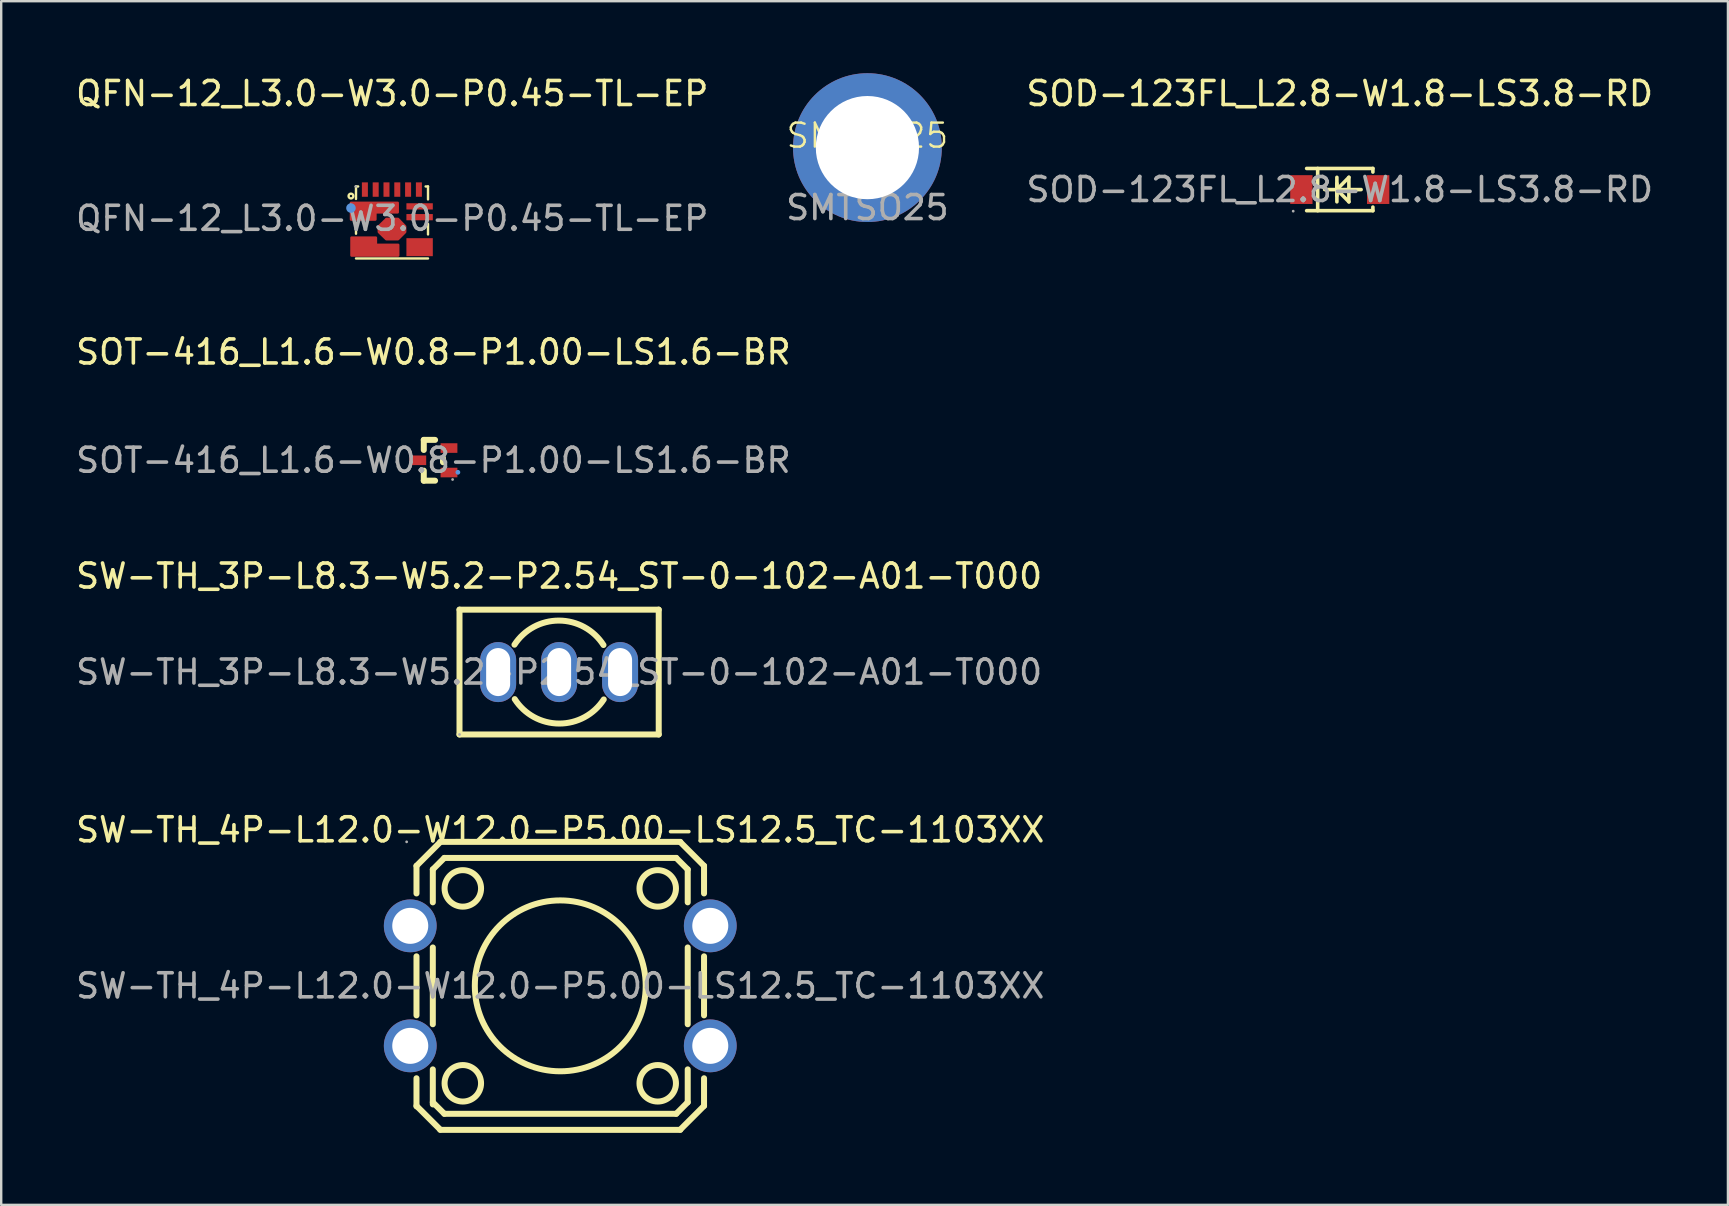
<source format=kicad_pcb>
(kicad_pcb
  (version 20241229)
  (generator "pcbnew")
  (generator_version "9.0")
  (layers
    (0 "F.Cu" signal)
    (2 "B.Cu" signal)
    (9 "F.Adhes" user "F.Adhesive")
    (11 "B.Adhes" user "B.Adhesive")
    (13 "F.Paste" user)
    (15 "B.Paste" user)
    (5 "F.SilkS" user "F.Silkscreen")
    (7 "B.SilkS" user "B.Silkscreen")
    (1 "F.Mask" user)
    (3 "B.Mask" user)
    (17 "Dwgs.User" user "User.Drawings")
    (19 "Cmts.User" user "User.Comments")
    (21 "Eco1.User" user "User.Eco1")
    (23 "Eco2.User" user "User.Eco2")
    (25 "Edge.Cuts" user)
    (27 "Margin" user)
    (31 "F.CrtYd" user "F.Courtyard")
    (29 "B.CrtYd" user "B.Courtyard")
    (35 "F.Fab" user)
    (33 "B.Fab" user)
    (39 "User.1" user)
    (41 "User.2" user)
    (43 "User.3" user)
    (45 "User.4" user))
  (footprint "SOT-416_L1.6-W0.8-P1.00-LS1.6-BR"
    (layer "F.Cu")
    (at 15.006 16.127)
    (property "Reference" "SOT-416_L1.6-W0.8-P1.00-LS1.6-BR" (at 0 -4.51 0) (layer "F.SilkS") (effects (font (size 1 1) (thickness 0.15))))
    (attr smd)
    (fp_line (start -0.4 -0.85) (end -0.4 -0.43) (stroke (width 0.25) (type solid)) (layer "F.SilkS"))
    (fp_line (start -0.4 -0.85) (end 0.07 -0.85) (stroke (width 0.25) (type solid)) (layer "F.SilkS"))
    (fp_line (start -0.4 0.43) (end -0.4 0.85) (stroke (width 0.25) (type solid)) (layer "F.SilkS"))
    (fp_line (start -0.4 0.85) (end 0.07 0.85) (stroke (width 0.25) (type solid)) (layer "F.SilkS"))
    (fp_line (start 0.4 -0.08) (end 0.4 0.08) (stroke (width 0.25) (type solid)) (layer "F.SilkS"))
    (fp_circle (center 1.02 0.5) (end 1.07 0.5) (stroke (width 0.1) (type solid)) (fill no) (layer "Cmts.User"))
    (fp_circle (center 0.8 0.8) (end 0.83 0.8) (stroke (width 0.06) (type solid)) (fill no) (layer "F.Fab"))
    (fp_text user "${REFERENCE}" (at 0 0 0) (layer "F.Fab") (effects (font (size 1 1) (thickness 0.15))))
    (pad "1" smd rect (at 0.65 0.51 90) (size 0.4 0.7) (layers "F.Cu" "F.Mask" "F.Paste"))
    (pad "2" smd rect (at 0.65 -0.51 90) (size 0.4 0.7) (layers "F.Cu" "F.Mask" "F.Paste"))
    (pad "3" smd rect (at -0.65 0 90) (size 0.4 0.7) (layers "F.Cu" "F.Mask" "F.Paste")))
  (footprint "SW-TH_4P-L12.0-W12.0-P5.00-LS12.5_TC-1103XX"
    (layer "F.Cu")
    (at 20.292 38.023)
    (property "Reference" "SW-TH_4P-L12.0-W12.0-P5.00-LS12.5_TC-1103XX" (at 0 -6.5 0) (layer "F.SilkS") (effects (font (size 1 1) (thickness 0.15))))
    (attr through_hole)
    (fp_line (start -5.99 -5) (end -5.99 -3.85) (stroke (width 0.25) (type solid)) (layer "F.SilkS"))
    (fp_line (start -5.99 -1.23) (end -5.99 1.23) (stroke (width 0.25) (type solid)) (layer "F.SilkS"))
    (fp_line (start -5.99 3.85) (end -5.99 5.02) (stroke (width 0.25) (type solid)) (layer "F.SilkS"))
    (fp_line (start -5.99 5) (end -5 5.99) (stroke (width 0.25) (type solid)) (layer "F.SilkS"))
    (fp_line (start -5.31 -4.85) (end -5.31 -3.48) (stroke (width 0.25) (type solid)) (layer "F.SilkS"))
    (fp_line (start -5.31 -4.85) (end -4.83 -5.33) (stroke (width 0.25) (type solid)) (layer "F.SilkS"))
    (fp_line (start -5.31 -1.6) (end -5.31 1.6) (stroke (width 0.25) (type solid)) (layer "F.SilkS"))
    (fp_line (start -5.31 3.48) (end -5.31 4.94) (stroke (width 0.25) (type solid)) (layer "F.SilkS"))
    (fp_line (start -5 -6) (end 5 -6) (stroke (width 0.25) (type solid)) (layer "F.SilkS"))
    (fp_line (start -5 -5.99) (end -5.99 -5) (stroke (width 0.25) (type solid)) (layer "F.SilkS"))
    (fp_line (start -4.83 -5.33) (end 4.83 -5.33) (stroke (width 0.25) (type solid)) (layer "F.SilkS"))
    (fp_line (start -4.83 5.33) (end -5.31 4.85) (stroke (width 0.25) (type solid)) (layer "F.SilkS"))
    (fp_line (start 4.83 -5.33) (end 5.31 -4.85) (stroke (width 0.25) (type solid)) (layer "F.SilkS"))
    (fp_line (start 4.83 5.33) (end -4.83 5.33) (stroke (width 0.25) (type solid)) (layer "F.SilkS"))
    (fp_line (start 5 -5.99) (end 5.99 -5) (stroke (width 0.25) (type solid)) (layer "F.SilkS"))
    (fp_line (start 5 6) (end -5 6) (stroke (width 0.25) (type solid)) (layer "F.SilkS"))
    (fp_line (start 5.31 -4.85) (end 5.31 -3.48) (stroke (width 0.25) (type solid)) (layer "F.SilkS"))
    (fp_line (start 5.31 -1.6) (end 5.31 1.6) (stroke (width 0.25) (type solid)) (layer "F.SilkS"))
    (fp_line (start 5.31 3.48) (end 5.31 4.85) (stroke (width 0.25) (type solid)) (layer "F.SilkS"))
    (fp_line (start 5.31 4.85) (end 4.83 5.33) (stroke (width 0.25) (type solid)) (layer "F.SilkS"))
    (fp_line (start 5.99 -5) (end 5.99 -3.85) (stroke (width 0.25) (type solid)) (layer "F.SilkS"))
    (fp_line (start 5.99 -1.23) (end 5.99 1.23) (stroke (width 0.25) (type solid)) (layer "F.SilkS"))
    (fp_line (start 5.99 3.85) (end 5.99 5) (stroke (width 0.25) (type solid)) (layer "F.SilkS"))
    (fp_line (start 5.99 5) (end 5 5.99) (stroke (width 0.25) (type solid)) (layer "F.SilkS"))
    (fp_circle (center -4.06 -4.06) (end -3.3 -4.06) (stroke (width 0.25) (type solid)) (fill no) (layer "F.SilkS"))
    (fp_circle (center -4.06 4.06) (end -3.3 4.06) (stroke (width 0.25) (type solid)) (fill no) (layer "F.SilkS"))
    (fp_circle (center 0 0) (end 3.56 0) (stroke (width 0.25) (type solid)) (fill no) (layer "F.SilkS"))
    (fp_circle (center 4.06 -4.06) (end 4.82 -4.06) (stroke (width 0.25) (type solid)) (fill no) (layer "F.SilkS"))
    (fp_circle (center 4.06 4.06) (end 4.82 4.06) (stroke (width 0.25) (type solid)) (fill no) (layer "F.SilkS"))
    (fp_circle (center -6.4 -6) (end -6.37 -6) (stroke (width 0.06) (type solid)) (fill no) (layer "F.Fab"))
    (fp_text user "${REFERENCE}" (at 0 0 0) (layer "F.Fab") (effects (font (size 1 1) (thickness 0.15))))
    (pad "1" thru_hole circle (at -6.25 -2.5) (size 2.2 2.2) (drill 1.5) (layers "*.Cu" "*.Mask"))
    (pad "2" thru_hole circle (at 6.25 -2.5) (size 2.2 2.2) (drill 1.5) (layers "*.Cu" "*.Mask"))
    (pad "3" thru_hole circle (at -6.25 2.5) (size 2.2 2.2) (drill 1.5) (layers "*.Cu" "*.Mask"))
    (pad "4" thru_hole circle (at 6.25 2.5) (size 2.2 2.2) (drill 1.5) (layers "*.Cu" "*.Mask")))
  (footprint "QFN-12_L3.0-W3.0-P0.45-TL-EP"
    (layer "F.Cu")
    (at 13.292 6.048)
    (property "Reference" "QFN-12_L3.0-W3.0-P0.45-TL-EP" (at 0 -5.2 0) (layer "F.SilkS") (effects (font (size 1 1) (thickness 0.15))))
    (attr smd)
    (fp_line (start -1.51 -1.33) (end -1.42 -1.33) (stroke (width 0.1) (type solid)) (layer "F.SilkS"))
    (fp_line (start -1.51 -0.81) (end -1.51 -1.33) (stroke (width 0.1) (type solid)) (layer "F.SilkS"))
    (fp_line (start -1.51 0.64) (end -1.51 0.2) (stroke (width 0.1) (type solid)) (layer "F.SilkS"))
    (fp_line (start 1.39 -1.33) (end 1.49 -1.33) (stroke (width 0.1) (type solid)) (layer "F.SilkS"))
    (fp_line (start 1.49 -1.33) (end 1.49 -0.79) (stroke (width 0.1) (type solid)) (layer "F.SilkS"))
    (fp_line (start 1.49 0.23) (end 1.49 0.67) (stroke (width 0.1) (type solid)) (layer "F.SilkS"))
    (fp_line (start 1.49 1.67) (end -1.51 1.67) (stroke (width 0.1) (type solid)) (layer "F.SilkS"))
    (fp_circle (center -1.72 -0.93) (end -1.62 -0.93) (stroke (width 0.1) (type solid)) (fill no) (layer "F.SilkS"))
    (fp_circle (center -1.72 -0.43) (end -1.62 -0.43) (stroke (width 0.2) (type solid)) (fill no) (layer "Cmts.User"))
    (fp_circle (center -1.52 -1.33) (end -1.49 -1.33) (stroke (width 0.06) (type solid)) (fill no) (layer "F.Fab"))
    (fp_text user "${REFERENCE}" (at 0 0 0) (layer "F.Fab") (effects (font (size 1 1) (thickness 0.15))))
    (pad "1" smd custom (at -0.75 -0.3) (size 0.01 0.01) (layers "F.Cu" "F.Mask" "F.Paste") (options (anchor circle)) (primitives (gr_poly (pts (xy -0.97 -0.35) (xy 0.98 -0.35) (xy 0.98 0.05) (xy 0.05 0.05) (xy 0.05 0.35) (xy -0.97 0.35) (xy -0.97 0.05)) (width 0.1) (fill yes))))
    (pad "2" smd custom (at -0.01 0.45) (size 0.01 0.01) (layers "F.Cu" "F.Mask" "F.Paste") (options (anchor circle)) (primitives (gr_poly (pts (xy -0.24 -0.43) (xy 0.25 -0.43) (xy 0.55 -0.12) (xy 0.55 0.12) (xy 0.25 0.42) (xy -0.24 0.42) (xy -0.55 0.12) (xy -0.55 -0.12) (xy -0.25 -0.41)) (width 0.1) (fill yes))))
    (pad "3" smd custom (at -0.73 1.2) (size 0.01 0.01) (layers "F.Cu" "F.Mask" "F.Paste") (options (anchor circle)) (primitives (gr_poly (pts (xy -0.97 0.35) (xy 0.98 0.35) (xy 0.98 -0.1) (xy 0.05 -0.1) (xy 0.05 -0.4) (xy -0.97 -0.4) (xy -0.97 -0.05)) (width 0.1) (fill yes))))
    (pad "4" smd rect (at 1.14 1.2) (size 1.1 0.75) (layers "F.Cu" "F.Mask" "F.Paste"))
    (pad "5" smd rect (at 1.14 -0.05) (size 1.1 0.26) (layers "F.Cu" "F.Mask" "F.Paste"))
    (pad "6" smd rect (at 1.14 -0.5) (size 1.1 0.26) (layers "F.Cu" "F.Mask" "F.Paste"))
    (pad "7" smd rect (at 1.11 -1.2) (size 0.25 0.6) (layers "F.Cu" "F.Mask" "F.Paste"))
    (pad "8" smd rect (at 0.66 -1.2) (size 0.25 0.6) (layers "F.Cu" "F.Mask" "F.Paste"))
    (pad "9" smd rect (at 0.21 -1.2) (size 0.25 0.6) (layers "F.Cu" "F.Mask" "F.Paste"))
    (pad "10" smd rect (at -0.24 -1.2) (size 0.25 0.6) (layers "F.Cu" "F.Mask" "F.Paste"))
    (pad "11" smd rect (at -0.69 -1.2) (size 0.25 0.6) (layers "F.Cu" "F.Mask" "F.Paste"))
    (pad "12" smd rect (at -1.14 -1.2) (size 0.25 0.6) (layers "F.Cu" "F.Mask" "F.Paste")))
  (footprint "SW-TH_3P-L8.3-W5.2-P2.54_ST-0-102-A01-T000"
    (layer "F.Cu")
    (at 20.244 24.95)
    (property "Reference" "SW-TH_3P-L8.3-W5.2-P2.54_ST-0-102-A01-T000" (at 0 -4 0) (layer "F.SilkS") (effects (font (size 1 1) (thickness 0.15))))
    (attr through_hole)
    (fp_line (start -4.15 -2.6) (end 4.15 -2.6) (stroke (width 0.25) (type solid)) (layer "F.SilkS"))
    (fp_line (start -4.15 2.6) (end -4.15 -2.6) (stroke (width 0.25) (type solid)) (layer "F.SilkS"))
    (fp_line (start 4.15 -2.6) (end 4.15 2.6) (stroke (width 0.25) (type solid)) (layer "F.SilkS"))
    (fp_line (start 4.15 2.6) (end -4.15 2.6) (stroke (width 0.25) (type solid)) (layer "F.SilkS"))
    (fp_arc (start -1.86 -1.14) (mid -0.002133 -2.145094) (end 1.848515 -1.12677) (stroke (width 0.25) (type solid)) (layer "F.SilkS"))
    (fp_arc (start 1.86 1.14) (mid 0.002133 2.145094) (end -1.848515 1.12677) (stroke (width 0.25) (type solid)) (layer "F.SilkS"))
    (fp_circle (center -4.15 2.6) (end -4.12 2.6) (stroke (width 0.06) (type solid)) (fill no) (layer "F.Fab"))
    (fp_text user "${REFERENCE}" (at 0 0 0) (layer "F.Fab") (effects (font (size 1 1) (thickness 0.15))))
    (pad "1" thru_hole oval (at -2.54 0) (size 1.5 2.5) (drill oval 1 2) (layers "*.Cu" "*.Mask"))
    (pad "2" thru_hole oval (at 0 0) (size 1.5 2.5) (drill oval 1 2) (layers "*.Cu" "*.Mask"))
    (pad "3" thru_hole oval (at 2.54 0) (size 1.5 2.5) (drill oval 1 2) (layers "*.Cu" "*.Mask")))
  (footprint "SMTSO25"
    (layer "F.Cu")
    (at 33.089 3.1)
    (property "Reference" "SMTSO25" (at 0 -0.5 0) (unlocked yes) (layer "F.SilkS") (effects (font (size 1 1) (thickness 0.1))))
    (attr through_hole)
    (fp_text user "${REFERENCE}" (at 0 2.5 0) (unlocked yes) (layer "F.Fab") (effects (font (size 1 1) (thickness 0.15))))
    (pad "1" thru_hole circle (at 0 0) (size 6.2 6.2) (drill 4.3) (layers "*.Cu" "*.Paste" "*.Mask")))
  (footprint "SOD-123FL_L2.8-W1.8-LS3.8-RD"
    (layer "F.Cu")
    (at 52.768 4.848)
    (property "Reference" "SOD-123FL_L2.8-W1.8-LS3.8-RD" (at 0 -4 0) (layer "F.SilkS") (effects (font (size 1 1) (thickness 0.15))))
    (attr smd)
    (fp_line (start -1.38 -0.88) (end 1.38 -0.88) (stroke (width 0.15) (type solid)) (layer "F.SilkS"))
    (fp_line (start -1.38 0.88) (end 1.38 0.88) (stroke (width 0.15) (type solid)) (layer "F.SilkS"))
    (fp_line (start -0.92 -0.88) (end -0.92 0.88) (stroke (width 0.15) (type solid)) (layer "F.SilkS"))
    (fp_line (start -0.63 0) (end 0.89 0) (stroke (width 0.15) (type solid)) (layer "F.SilkS"))
    (fp_line (start -0.12 -0.51) (end -0.12 0.51) (stroke (width 0.15) (type solid)) (layer "F.SilkS"))
    (fp_line (start -0.12 0) (end 0.38 -0.51) (stroke (width 0.15) (type solid)) (layer "F.SilkS"))
    (fp_line (start -0.12 0) (end 0.38 0.51) (stroke (width 0.15) (type solid)) (layer "F.SilkS"))
    (fp_line (start -0.12 0.25) (end -0.12 -0.25) (stroke (width 0.15) (type solid)) (layer "F.SilkS"))
    (fp_line (start 0.38 0.51) (end 0.38 -0.51) (stroke (width 0.15) (type solid)) (layer "F.SilkS"))
    (fp_line (start 1.38 -0.88) (end 1.38 -0.73) (stroke (width 0.15) (type solid)) (layer "F.SilkS"))
    (fp_line (start 1.38 0.88) (end 1.38 0.73) (stroke (width 0.15) (type solid)) (layer "F.SilkS"))
    (fp_circle (center -1.94 0.9) (end -1.91 0.9) (stroke (width 0.06) (type solid)) (fill no) (layer "F.Fab"))
    (fp_text user "${REFERENCE}" (at 0 0 0) (layer "F.Fab") (effects (font (size 1 1) (thickness 0.15))))
    (pad "1" smd rect (at -1.6 0 180) (size 0.93 1.2) (layers "F.Cu" "F.Mask" "F.Paste"))
    (pad "2" smd rect (at 1.6 0 180) (size 0.93 1.2) (layers "F.Cu" "F.Mask" "F.Paste")))
  (gr_rect
    (start -3 -3)
    (end 68.94 47.148)
    (stroke (width 0.1) (type default))
    (fill no)
    (layer "Edge.Cuts")))
</source>
